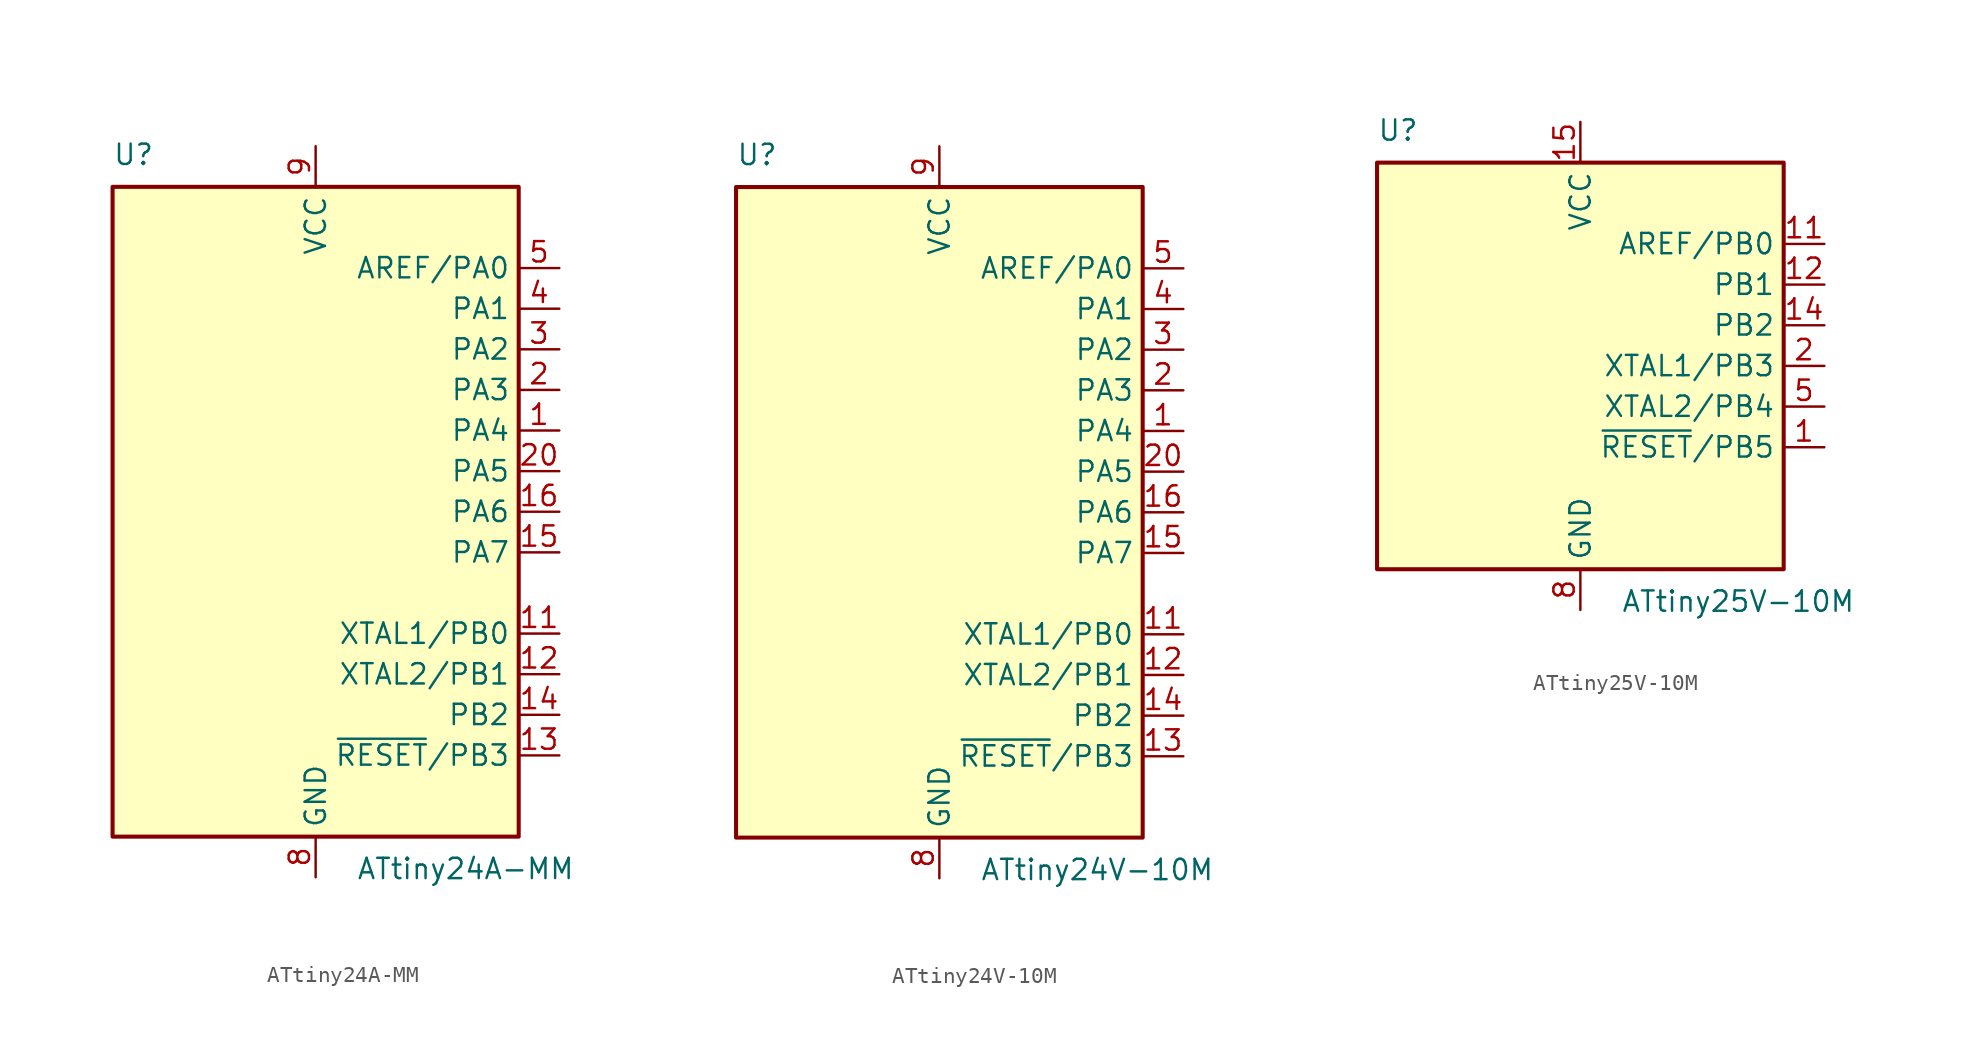
<source format=kicad_sym>
(kicad_symbol_lib
  (version 20200908)
  (generator kicad_symbol_editor)
  (symbol "MCU_Microchip_ATtiny:ATtiny24A-MM"
    (property "Reference" "U"
      (at -12.7 21.59 0)
      (effects (font (size 1.27 1.27)) (justify left bottom)))
    (property "Value" "ATtiny24A-MM"
      (at 2.54 -21.59 0)
      (effects (font (size 1.27 1.27)) (justify left top)))
    (symbol "ATtiny24A-MM_0_1"
      (rectangle (start -12.7 -20.32) (end 12.7 20.32) (stroke (width 0.254)) (fill (type background))))
    (symbol "ATtiny24A-MM_1_1"
      (pin bidirectional line (at 15.24 5.08 180) (length 2.54) (name "PA4" (effects (font (size 1.27 1.27)))) (number "1" (effects (font (size 1.27 1.27)))))
      (pin unconnected line (at -12.7 -10.16 0) (length 2.54) hide (name "NC" (effects (font (size 1.27 1.27)))) (number "10" (effects (font (size 1.27 1.27)))))
      (pin bidirectional line (at 15.24 -7.62 180) (length 2.54) (name "XTAL1/PB0" (effects (font (size 1.27 1.27)))) (number "11" (effects (font (size 1.27 1.27)))))
      (pin bidirectional line (at 15.24 -10.16 180) (length 2.54) (name "XTAL2/PB1" (effects (font (size 1.27 1.27)))) (number "12" (effects (font (size 1.27 1.27)))))
      (pin bidirectional line (at 15.24 -15.24 180) (length 2.54) (name "~RESET~/PB3" (effects (font (size 1.27 1.27)))) (number "13" (effects (font (size 1.27 1.27)))))
      (pin bidirectional line (at 15.24 -12.7 180) (length 2.54) (name "PB2" (effects (font (size 1.27 1.27)))) (number "14" (effects (font (size 1.27 1.27)))))
      (pin bidirectional line (at 15.24 -2.54 180) (length 2.54) (name "PA7" (effects (font (size 1.27 1.27)))) (number "15" (effects (font (size 1.27 1.27)))))
      (pin bidirectional line (at 15.24 0 180) (length 2.54) (name "PA6" (effects (font (size 1.27 1.27)))) (number "16" (effects (font (size 1.27 1.27)))))
      (pin unconnected line (at -12.7 -12.7 0) (length 2.54) hide (name "NC" (effects (font (size 1.27 1.27)))) (number "17" (effects (font (size 1.27 1.27)))))
      (pin unconnected line (at -12.7 -15.24 0) (length 2.54) hide (name "NC" (effects (font (size 1.27 1.27)))) (number "18" (effects (font (size 1.27 1.27)))))
      (pin unconnected line (at -12.7 -17.78 0) (length 2.54) hide (name "NC" (effects (font (size 1.27 1.27)))) (number "19" (effects (font (size 1.27 1.27)))))
      (pin bidirectional line (at 15.24 7.62 180) (length 2.54) (name "PA3" (effects (font (size 1.27 1.27)))) (number "2" (effects (font (size 1.27 1.27)))))
      (pin bidirectional line (at 15.24 2.54 180) (length 2.54) (name "PA5" (effects (font (size 1.27 1.27)))) (number "20" (effects (font (size 1.27 1.27)))))
      (pin passive line (at 0 -22.86 90) (length 2.54) hide (name "GND" (effects (font (size 1.27 1.27)))) (number "21" (effects (font (size 1.27 1.27)))))
      (pin bidirectional line (at 15.24 10.16 180) (length 2.54) (name "PA2" (effects (font (size 1.27 1.27)))) (number "3" (effects (font (size 1.27 1.27)))))
      (pin bidirectional line (at 15.24 12.7 180) (length 2.54) (name "PA1" (effects (font (size 1.27 1.27)))) (number "4" (effects (font (size 1.27 1.27)))))
      (pin bidirectional line (at 15.24 15.24 180) (length 2.54) (name "AREF/PA0" (effects (font (size 1.27 1.27)))) (number "5" (effects (font (size 1.27 1.27)))))
      (pin unconnected line (at -12.7 -5.08 0) (length 2.54) hide (name "NC" (effects (font (size 1.27 1.27)))) (number "6" (effects (font (size 1.27 1.27)))))
      (pin unconnected line (at -12.7 -7.62 0) (length 2.54) hide (name "NC" (effects (font (size 1.27 1.27)))) (number "7" (effects (font (size 1.27 1.27)))))
      (pin power_in line (at 0 -22.86 90) (length 2.54) (name "GND" (effects (font (size 1.27 1.27)))) (number "8" (effects (font (size 1.27 1.27)))))
      (pin power_in line (at 0 22.86 270) (length 2.54) (name "VCC" (effects (font (size 1.27 1.27)))) (number "9" (effects (font (size 1.27 1.27)))))))
  (symbol "MCU_Microchip_ATtiny:ATtiny24V-10M"
    (property "Reference" "U"
      (at -12.7 21.59 0)
      (effects (font (size 1.27 1.27)) (justify left bottom)))
    (property "Value" "ATtiny24V-10M"
      (at 2.54 -21.59 0)
      (effects (font (size 1.27 1.27)) (justify left top)))
    (symbol "ATtiny24V-10M_0_1"
      (rectangle (start -12.7 -20.32) (end 12.7 20.32) (stroke (width 0.254)) (fill (type background))))
    (symbol "ATtiny24V-10M_1_1"
      (pin bidirectional line (at 15.24 5.08 180) (length 2.54) (name "PA4" (effects (font (size 1.27 1.27)))) (number "1" (effects (font (size 1.27 1.27)))))
      (pin unconnected line (at -12.7 -10.16 0) (length 2.54) hide (name "NC" (effects (font (size 1.27 1.27)))) (number "10" (effects (font (size 1.27 1.27)))))
      (pin bidirectional line (at 15.24 -7.62 180) (length 2.54) (name "XTAL1/PB0" (effects (font (size 1.27 1.27)))) (number "11" (effects (font (size 1.27 1.27)))))
      (pin bidirectional line (at 15.24 -10.16 180) (length 2.54) (name "XTAL2/PB1" (effects (font (size 1.27 1.27)))) (number "12" (effects (font (size 1.27 1.27)))))
      (pin bidirectional line (at 15.24 -15.24 180) (length 2.54) (name "~RESET~/PB3" (effects (font (size 1.27 1.27)))) (number "13" (effects (font (size 1.27 1.27)))))
      (pin bidirectional line (at 15.24 -12.7 180) (length 2.54) (name "PB2" (effects (font (size 1.27 1.27)))) (number "14" (effects (font (size 1.27 1.27)))))
      (pin bidirectional line (at 15.24 -2.54 180) (length 2.54) (name "PA7" (effects (font (size 1.27 1.27)))) (number "15" (effects (font (size 1.27 1.27)))))
      (pin bidirectional line (at 15.24 0 180) (length 2.54) (name "PA6" (effects (font (size 1.27 1.27)))) (number "16" (effects (font (size 1.27 1.27)))))
      (pin unconnected line (at -12.7 -12.7 0) (length 2.54) hide (name "NC" (effects (font (size 1.27 1.27)))) (number "17" (effects (font (size 1.27 1.27)))))
      (pin unconnected line (at -12.7 -15.24 0) (length 2.54) hide (name "NC" (effects (font (size 1.27 1.27)))) (number "18" (effects (font (size 1.27 1.27)))))
      (pin unconnected line (at -12.7 -17.78 0) (length 2.54) hide (name "NC" (effects (font (size 1.27 1.27)))) (number "19" (effects (font (size 1.27 1.27)))))
      (pin bidirectional line (at 15.24 7.62 180) (length 2.54) (name "PA3" (effects (font (size 1.27 1.27)))) (number "2" (effects (font (size 1.27 1.27)))))
      (pin bidirectional line (at 15.24 2.54 180) (length 2.54) (name "PA5" (effects (font (size 1.27 1.27)))) (number "20" (effects (font (size 1.27 1.27)))))
      (pin passive line (at 0 -22.86 90) (length 2.54) hide (name "GND" (effects (font (size 1.27 1.27)))) (number "21" (effects (font (size 1.27 1.27)))))
      (pin bidirectional line (at 15.24 10.16 180) (length 2.54) (name "PA2" (effects (font (size 1.27 1.27)))) (number "3" (effects (font (size 1.27 1.27)))))
      (pin bidirectional line (at 15.24 12.7 180) (length 2.54) (name "PA1" (effects (font (size 1.27 1.27)))) (number "4" (effects (font (size 1.27 1.27)))))
      (pin bidirectional line (at 15.24 15.24 180) (length 2.54) (name "AREF/PA0" (effects (font (size 1.27 1.27)))) (number "5" (effects (font (size 1.27 1.27)))))
      (pin unconnected line (at -12.7 -5.08 0) (length 2.54) hide (name "NC" (effects (font (size 1.27 1.27)))) (number "6" (effects (font (size 1.27 1.27)))))
      (pin unconnected line (at -12.7 -7.62 0) (length 2.54) hide (name "NC" (effects (font (size 1.27 1.27)))) (number "7" (effects (font (size 1.27 1.27)))))
      (pin power_in line (at 0 -22.86 90) (length 2.54) (name "GND" (effects (font (size 1.27 1.27)))) (number "8" (effects (font (size 1.27 1.27)))))
      (pin power_in line (at 0 22.86 270) (length 2.54) (name "VCC" (effects (font (size 1.27 1.27)))) (number "9" (effects (font (size 1.27 1.27)))))))
  (symbol "MCU_Microchip_ATtiny:ATtiny25V-10M"
    (property "Reference" "U"
      (at -12.7 13.97 0)
      (effects (font (size 1.27 1.27)) (justify left bottom)))
    (property "Value" "ATtiny25V-10M"
      (at 2.54 -13.97 0)
      (effects (font (size 1.27 1.27)) (justify left top)))
    (symbol "ATtiny25V-10M_0_1"
      (rectangle (start -12.7 -12.7) (end 12.7 12.7) (stroke (width 0.254)) (fill (type background))))
    (symbol "ATtiny25V-10M_1_1"
      (pin bidirectional line (at 15.24 -5.08 180) (length 2.54) (name "~RESET~/PB5" (effects (font (size 1.27 1.27)))) (number "1" (effects (font (size 1.27 1.27)))))
      (pin unconnected line (at -12.7 -2.54 0) (length 2.54) hide (name "NC" (effects (font (size 1.27 1.27)))) (number "10" (effects (font (size 1.27 1.27)))))
      (pin bidirectional line (at 15.24 7.62 180) (length 2.54) (name "AREF/PB0" (effects (font (size 1.27 1.27)))) (number "11" (effects (font (size 1.27 1.27)))))
      (pin bidirectional line (at 15.24 5.08 180) (length 2.54) (name "PB1" (effects (font (size 1.27 1.27)))) (number "12" (effects (font (size 1.27 1.27)))))
      (pin unconnected line (at -12.7 -5.08 0) (length 2.54) hide (name "NC" (effects (font (size 1.27 1.27)))) (number "13" (effects (font (size 1.27 1.27)))))
      (pin bidirectional line (at 15.24 2.54 180) (length 2.54) (name "PB2" (effects (font (size 1.27 1.27)))) (number "14" (effects (font (size 1.27 1.27)))))
      (pin power_in line (at 0 15.24 270) (length 2.54) (name "VCC" (effects (font (size 1.27 1.27)))) (number "15" (effects (font (size 1.27 1.27)))))
      (pin unconnected line (at -12.7 -7.62 0) (length 2.54) hide (name "NC" (effects (font (size 1.27 1.27)))) (number "16" (effects (font (size 1.27 1.27)))))
      (pin unconnected line (at -12.7 -10.16 0) (length 2.54) hide (name "NC" (effects (font (size 1.27 1.27)))) (number "17" (effects (font (size 1.27 1.27)))))
      (pin unconnected line (at -7.62 -12.7 90) (length 2.54) hide (name "NC" (effects (font (size 1.27 1.27)))) (number "18" (effects (font (size 1.27 1.27)))))
      (pin unconnected line (at -5.08 -12.7 90) (length 2.54) hide (name "NC" (effects (font (size 1.27 1.27)))) (number "19" (effects (font (size 1.27 1.27)))))
      (pin bidirectional line (at 15.24 0 180) (length 2.54) (name "XTAL1/PB3" (effects (font (size 1.27 1.27)))) (number "2" (effects (font (size 1.27 1.27)))))
      (pin unconnected line (at -2.54 -12.7 90) (length 2.54) hide (name "NC" (effects (font (size 1.27 1.27)))) (number "20" (effects (font (size 1.27 1.27)))))
      (pin passive line (at 0 -15.24 90) (length 2.54) hide (name "GND" (effects (font (size 1.27 1.27)))) (number "21" (effects (font (size 1.27 1.27)))))
      (pin unconnected line (at -12.7 10.16 0) (length 2.54) hide (name "NC" (effects (font (size 1.27 1.27)))) (number "3" (effects (font (size 1.27 1.27)))))
      (pin unconnected line (at -12.7 7.62 0) (length 2.54) hide (name "NC" (effects (font (size 1.27 1.27)))) (number "4" (effects (font (size 1.27 1.27)))))
      (pin bidirectional line (at 15.24 -2.54 180) (length 2.54) (name "XTAL2/PB4" (effects (font (size 1.27 1.27)))) (number "5" (effects (font (size 1.27 1.27)))))
      (pin unconnected line (at -12.7 5.08 0) (length 2.54) hide (name "NC" (effects (font (size 1.27 1.27)))) (number "6" (effects (font (size 1.27 1.27)))))
      (pin unconnected line (at -12.7 2.54 0) (length 2.54) hide (name "NC" (effects (font (size 1.27 1.27)))) (number "7" (effects (font (size 1.27 1.27)))))
      (pin power_in line (at 0 -15.24 90) (length 2.54) (name "GND" (effects (font (size 1.27 1.27)))) (number "8" (effects (font (size 1.27 1.27)))))
      (pin unconnected line (at -12.7 0 0) (length 2.54) hide (name "NC" (effects (font (size 1.27 1.27)))) (number "9" (effects (font (size 1.27 1.27))))))))
</source>
